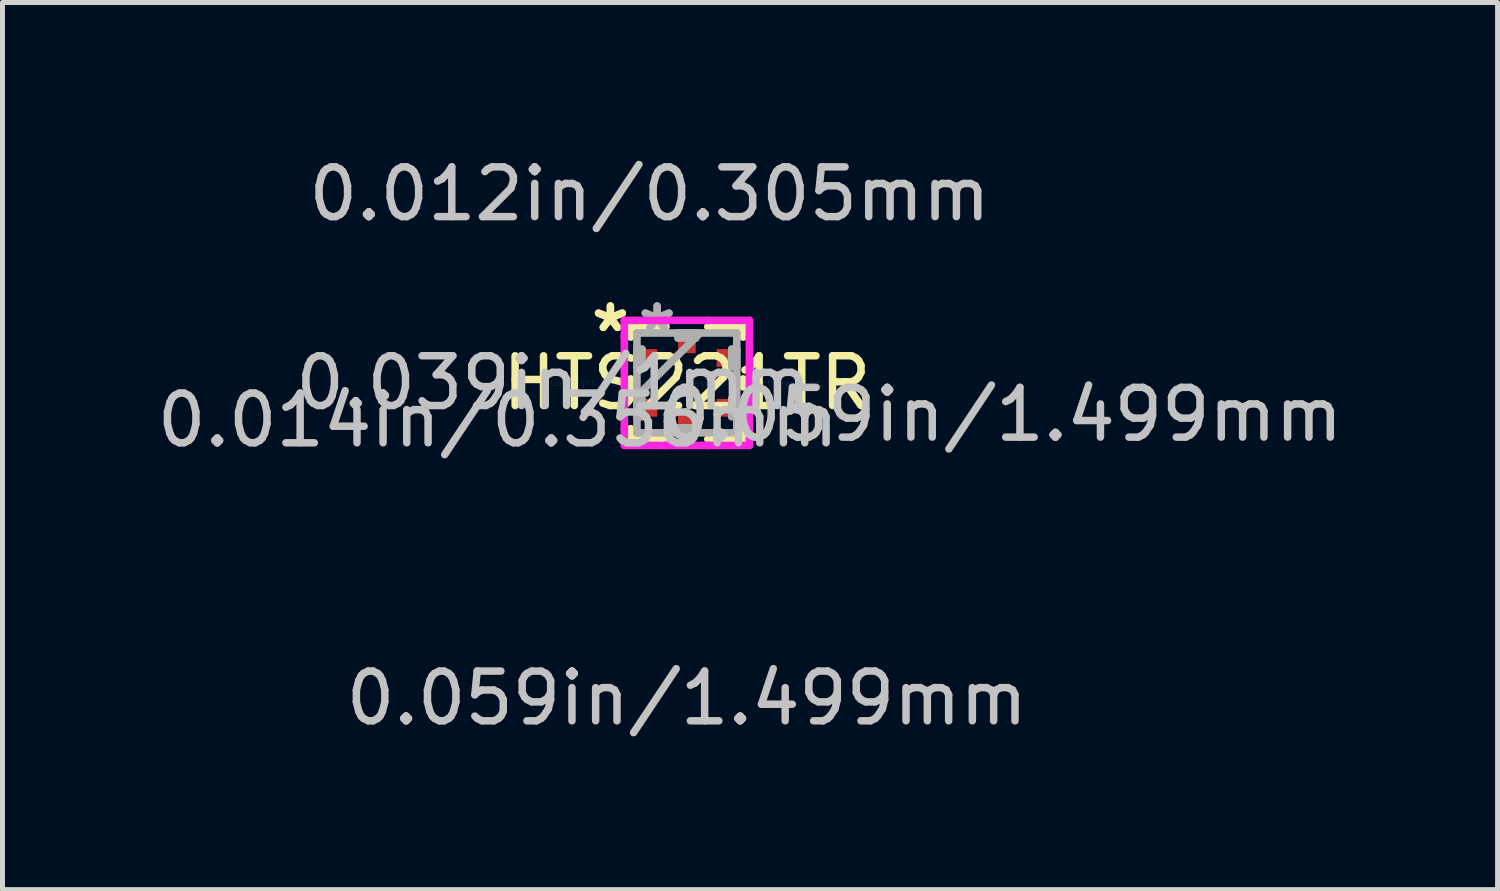
<source format=kicad_pcb>
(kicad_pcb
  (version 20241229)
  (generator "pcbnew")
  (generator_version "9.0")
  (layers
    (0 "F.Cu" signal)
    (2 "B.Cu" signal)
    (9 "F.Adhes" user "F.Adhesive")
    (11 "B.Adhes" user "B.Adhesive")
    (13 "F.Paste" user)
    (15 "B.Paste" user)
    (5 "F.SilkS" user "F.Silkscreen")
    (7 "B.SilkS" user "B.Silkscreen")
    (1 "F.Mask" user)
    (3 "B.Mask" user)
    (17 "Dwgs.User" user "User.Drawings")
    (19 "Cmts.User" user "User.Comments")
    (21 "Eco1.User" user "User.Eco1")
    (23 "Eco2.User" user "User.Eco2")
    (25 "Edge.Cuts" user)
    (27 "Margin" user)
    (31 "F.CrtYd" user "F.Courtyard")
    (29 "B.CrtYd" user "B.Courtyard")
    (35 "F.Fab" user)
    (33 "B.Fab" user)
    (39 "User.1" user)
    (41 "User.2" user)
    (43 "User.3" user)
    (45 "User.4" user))
  (footprint "HTS221TR"
    (layer "F.Cu")
    (at 10.756 4.646)
    (property "Reference" "HTS221TR" (at 0 0 0) (layer "F.SilkS") (effects (font (size 1 1) (thickness 0.15))))
    (attr through_hole)
    (fp_line (start -1.13 -1.13) (end -1.13 -0.92) (stroke (width 0.152) (type solid)) (layer "F.SilkS"))
    (fp_line (start -1.13 -0.08) (end -1.13 0.08) (stroke (width 0.152) (type solid)) (layer "F.SilkS"))
    (fp_line (start -1.13 0.92) (end -1.13 1.13) (stroke (width 0.152) (type solid)) (layer "F.SilkS"))
    (fp_line (start -1.13 1.13) (end -0.42 1.13) (stroke (width 0.152) (type solid)) (layer "F.SilkS"))
    (fp_line (start -0.42 -1.13) (end -1.13 -1.13) (stroke (width 0.152) (type solid)) (layer "F.SilkS"))
    (fp_line (start 0.42 1.13) (end 1.13 1.13) (stroke (width 0.152) (type solid)) (layer "F.SilkS"))
    (fp_line (start 1.13 -1.13) (end 0.42 -1.13) (stroke (width 0.152) (type solid)) (layer "F.SilkS"))
    (fp_line (start 1.13 -0.92) (end 1.13 -1.13) (stroke (width 0.152) (type solid)) (layer "F.SilkS"))
    (fp_line (start 1.13 0.08) (end 1.13 -0.08) (stroke (width 0.152) (type solid)) (layer "F.SilkS"))
    (fp_line (start 1.13 1.13) (end 1.13 0.92) (stroke (width 0.152) (type solid)) (layer "F.SilkS"))
    (fp_line (start -1.257 -1.257) (end -0.432 -1.257) (stroke (width 0.152) (type solid)) (layer "F.CrtYd"))
    (fp_line (start -1.257 -0.932) (end -1.257 -1.257) (stroke (width 0.152) (type solid)) (layer "F.CrtYd"))
    (fp_line (start -1.257 -0.932) (end -1.257 -0.932) (stroke (width 0.152) (type solid)) (layer "F.CrtYd"))
    (fp_line (start -1.257 0.932) (end -1.257 -0.932) (stroke (width 0.152) (type solid)) (layer "F.CrtYd"))
    (fp_line (start -1.257 0.932) (end -1.257 0.932) (stroke (width 0.152) (type solid)) (layer "F.CrtYd"))
    (fp_line (start -1.257 1.257) (end -1.257 0.932) (stroke (width 0.152) (type solid)) (layer "F.CrtYd"))
    (fp_line (start -0.432 -1.257) (end -0.432 -1.257) (stroke (width 0.152) (type solid)) (layer "F.CrtYd"))
    (fp_line (start -0.432 -1.257) (end 0.432 -1.257) (stroke (width 0.152) (type solid)) (layer "F.CrtYd"))
    (fp_line (start -0.432 1.257) (end -1.257 1.257) (stroke (width 0.152) (type solid)) (layer "F.CrtYd"))
    (fp_line (start -0.432 1.257) (end -0.432 1.257) (stroke (width 0.152) (type solid)) (layer "F.CrtYd"))
    (fp_line (start 0.432 -1.257) (end 0.432 -1.257) (stroke (width 0.152) (type solid)) (layer "F.CrtYd"))
    (fp_line (start 0.432 -1.257) (end 1.257 -1.257) (stroke (width 0.152) (type solid)) (layer "F.CrtYd"))
    (fp_line (start 0.432 1.257) (end -0.432 1.257) (stroke (width 0.152) (type solid)) (layer "F.CrtYd"))
    (fp_line (start 0.432 1.257) (end 0.432 1.257) (stroke (width 0.152) (type solid)) (layer "F.CrtYd"))
    (fp_line (start 1.257 -1.257) (end 1.257 -0.932) (stroke (width 0.152) (type solid)) (layer "F.CrtYd"))
    (fp_line (start 1.257 -0.932) (end 1.257 -0.932) (stroke (width 0.152) (type solid)) (layer "F.CrtYd"))
    (fp_line (start 1.257 -0.932) (end 1.257 0.932) (stroke (width 0.152) (type solid)) (layer "F.CrtYd"))
    (fp_line (start 1.257 0.932) (end 1.257 0.932) (stroke (width 0.152) (type solid)) (layer "F.CrtYd"))
    (fp_line (start 1.257 0.932) (end 1.257 1.257) (stroke (width 0.152) (type solid)) (layer "F.CrtYd"))
    (fp_line (start 1.257 1.257) (end 0.432 1.257) (stroke (width 0.152) (type solid)) (layer "F.CrtYd"))
    (fp_line (start -1.003 -1.003) (end -1.003 -1.003) (stroke (width 0.152) (type solid)) (layer "F.Fab"))
    (fp_line (start -1.003 -1.003) (end -1.003 1.003) (stroke (width 0.152) (type solid)) (layer "F.Fab"))
    (fp_line (start -1.003 -0.678) (end -0.902 -0.678) (stroke (width 0.152) (type solid)) (layer "F.Fab"))
    (fp_line (start -1.003 -0.322) (end -1.003 -0.678) (stroke (width 0.152) (type solid)) (layer "F.Fab"))
    (fp_line (start -1.003 0.267) (end 0.267 -1.003) (stroke (width 0.152) (type solid)) (layer "F.Fab"))
    (fp_line (start -1.003 0.322) (end -0.902 0.322) (stroke (width 0.152) (type solid)) (layer "F.Fab"))
    (fp_line (start -1.003 0.678) (end -1.003 0.322) (stroke (width 0.152) (type solid)) (layer "F.Fab"))
    (fp_line (start -1.003 1.003) (end -1.003 1.003) (stroke (width 0.152) (type solid)) (layer "F.Fab"))
    (fp_line (start -1.003 1.003) (end 1.003 1.003) (stroke (width 0.152) (type solid)) (layer "F.Fab"))
    (fp_line (start -0.902 -0.678) (end -0.902 -0.322) (stroke (width 0.152) (type solid)) (layer "F.Fab"))
    (fp_line (start -0.902 -0.322) (end -1.003 -0.322) (stroke (width 0.152) (type solid)) (layer "F.Fab"))
    (fp_line (start -0.902 0.322) (end -0.902 0.678) (stroke (width 0.152) (type solid)) (layer "F.Fab"))
    (fp_line (start -0.902 0.678) (end -1.003 0.678) (stroke (width 0.152) (type solid)) (layer "F.Fab"))
    (fp_line (start -0.178 -1.003) (end 0.178 -1.003) (stroke (width 0.152) (type solid)) (layer "F.Fab"))
    (fp_line (start -0.178 -0.902) (end -0.178 -1.003) (stroke (width 0.152) (type solid)) (layer "F.Fab"))
    (fp_line (start -0.178 0.902) (end 0.178 0.902) (stroke (width 0.152) (type solid)) (layer "F.Fab"))
    (fp_line (start -0.178 1.003) (end -0.178 0.902) (stroke (width 0.152) (type solid)) (layer "F.Fab"))
    (fp_line (start 0.178 -1.003) (end 0.178 -0.902) (stroke (width 0.152) (type solid)) (layer "F.Fab"))
    (fp_line (start 0.178 -0.902) (end -0.178 -0.902) (stroke (width 0.152) (type solid)) (layer "F.Fab"))
    (fp_line (start 0.178 0.902) (end 0.178 1.003) (stroke (width 0.152) (type solid)) (layer "F.Fab"))
    (fp_line (start 0.178 1.003) (end -0.178 1.003) (stroke (width 0.152) (type solid)) (layer "F.Fab"))
    (fp_line (start 0.902 -0.678) (end 1.003 -0.678) (stroke (width 0.152) (type solid)) (layer "F.Fab"))
    (fp_line (start 0.902 -0.322) (end 0.902 -0.678) (stroke (width 0.152) (type solid)) (layer "F.Fab"))
    (fp_line (start 0.902 0.322) (end 1.003 0.322) (stroke (width 0.152) (type solid)) (layer "F.Fab"))
    (fp_line (start 0.902 0.678) (end 0.902 0.322) (stroke (width 0.152) (type solid)) (layer "F.Fab"))
    (fp_line (start 1.003 -1.003) (end -1.003 -1.003) (stroke (width 0.152) (type solid)) (layer "F.Fab"))
    (fp_line (start 1.003 -1.003) (end 1.003 -1.003) (stroke (width 0.152) (type solid)) (layer "F.Fab"))
    (fp_line (start 1.003 -0.678) (end 1.003 -0.322) (stroke (width 0.152) (type solid)) (layer "F.Fab"))
    (fp_line (start 1.003 -0.322) (end 0.902 -0.322) (stroke (width 0.152) (type solid)) (layer "F.Fab"))
    (fp_line (start 1.003 0.322) (end 1.003 0.678) (stroke (width 0.152) (type solid)) (layer "F.Fab"))
    (fp_line (start 1.003 0.678) (end 0.902 0.678) (stroke (width 0.152) (type solid)) (layer "F.Fab"))
    (fp_line (start 1.003 1.003) (end 1.003 -1.003) (stroke (width 0.152) (type solid)) (layer "F.Fab"))
    (fp_line (start 1.003 1.003) (end 1.003 1.003) (stroke (width 0.152) (type solid)) (layer "F.Fab"))
    (fp_text user "*" (at -1.537 -1 0) (layer "F.SilkS") (effects (font (size 1 1) (thickness 0.15))))
    (fp_text user "*" (at -1.537 -1 0) (layer "F.SilkS") (effects (font (size 1 1) (thickness 0.15))))
    (fp_text user "0.039in/1mm" (at -2.68 0 0) (layer "Dwgs.User") (effects (font (size 1 1) (thickness 0.15))))
    (fp_text user "0.012in/0.305mm" (at -0.749 -3.797 0) (layer "Dwgs.User") (effects (font (size 1 1) (thickness 0.15))))
    (fp_text user "0.059in/1.499mm" (at 6.337 0.635 0) (layer "Dwgs.User") (effects (font (size 1 1) (thickness 0.15))))
    (fp_text user "0.059in/1.499mm" (at 0 6.337 0) (layer "Dwgs.User") (effects (font (size 1 1) (thickness 0.15))))
    (fp_text user "0.014in/0.356mm" (at -3.797 0.749 0) (layer "Dwgs.User") (effects (font (size 1 1) (thickness 0.15))))
    (fp_text user "Copyright 2016 Accelerated Designs. All rights reserved." (at 0 0 0) (layer "Cmts.User") (effects (font (size 0.127 0.127) (thickness 0.002))))
    (fp_text user "*" (at -0.597 -1 0) (layer "F.Fab") (effects (font (size 1 1) (thickness 0.15))))
    (fp_text user "*" (at -0.597 -1 0) (layer "F.Fab") (effects (font (size 1 1) (thickness 0.15))))
    (pad "1" smd rect (at -0.749 -0.5 90) (size 0.356 0.305) (layers "F.Cu" "F.Mask" "F.Paste"))
    (pad "2" smd rect (at -0.749 0.5 90) (size 0.356 0.305) (layers "F.Cu" "F.Mask" "F.Paste"))
    (pad "3" smd rect (at 0 0.749) (size 0.356 0.305) (layers "F.Cu" "F.Mask" "F.Paste"))
    (pad "4" smd rect (at 0.749 0.5 90) (size 0.356 0.305) (layers "F.Cu" "F.Mask" "F.Paste"))
    (pad "5" smd rect (at 0.749 -0.5 90) (size 0.356 0.305) (layers "F.Cu" "F.Mask" "F.Paste"))
    (pad "6" smd rect (at 0 -0.749) (size 0.356 0.305) (layers "F.Cu" "F.Mask" "F.Paste")))
  (gr_rect
    (start -3 -3)
    (end 27.051 14.831)
    (stroke (width 0.1) (type default))
    (fill no)
    (layer "Edge.Cuts")))
</source>
